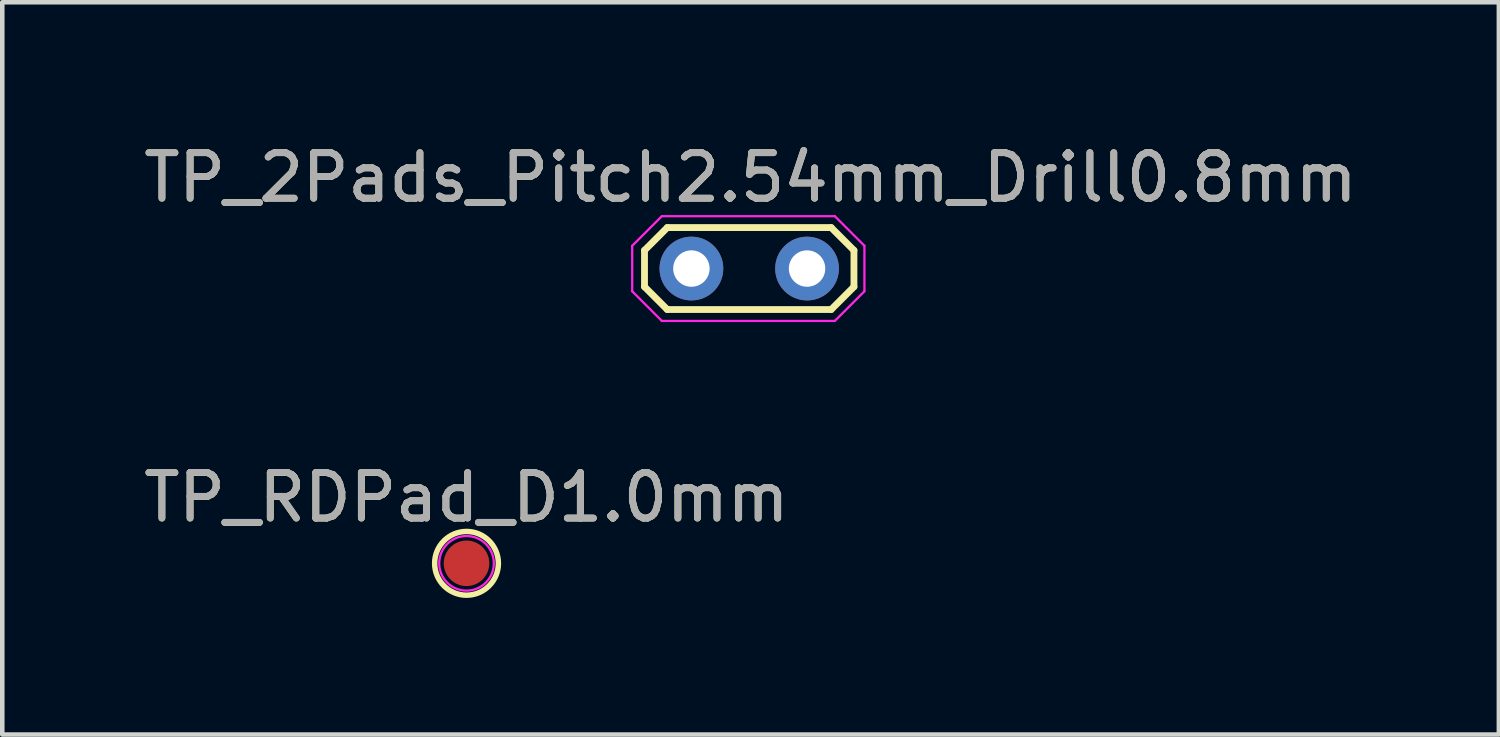
<source format=kicad_pcb>
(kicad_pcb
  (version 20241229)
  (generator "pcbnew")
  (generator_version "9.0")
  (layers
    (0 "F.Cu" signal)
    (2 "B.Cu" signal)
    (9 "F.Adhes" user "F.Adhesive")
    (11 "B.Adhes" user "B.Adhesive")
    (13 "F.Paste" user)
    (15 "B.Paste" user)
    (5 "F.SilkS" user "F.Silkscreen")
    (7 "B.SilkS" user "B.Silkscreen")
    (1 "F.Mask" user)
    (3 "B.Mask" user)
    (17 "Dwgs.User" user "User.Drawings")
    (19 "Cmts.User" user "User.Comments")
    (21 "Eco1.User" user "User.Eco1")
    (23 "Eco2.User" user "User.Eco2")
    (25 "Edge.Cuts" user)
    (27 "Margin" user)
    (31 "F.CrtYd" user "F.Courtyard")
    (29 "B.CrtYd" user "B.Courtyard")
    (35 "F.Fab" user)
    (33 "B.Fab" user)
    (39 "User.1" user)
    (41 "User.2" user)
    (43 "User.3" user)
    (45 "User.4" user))
  (footprint "TP_RDPad_D1.0mm"
    (layer "F.Cu")
    (at 7.196 9.322)
    (property "Reference" "TP_RDPad_D1.0mm" (at 0 -1.448 0) (layer "F.SilkS") (effects (font (size 1 1) (thickness 0.15))))
    (attr exclude_from_pos_files exclude_from_bom)
    (fp_circle (center 0 0) (end 0 0.7) (stroke (width 0.12) (type solid)) (fill no) (layer "F.SilkS"))
    (fp_circle (center 0 0) (end 0.6 0) (stroke (width 0.05) (type solid)) (fill no) (layer "F.CrtYd"))
    (fp_text user "${REFERENCE}" (at 0 -1.45 0) (layer "F.Fab") (effects (font (size 1 1) (thickness 0.15))))
    (pad "1" smd circle (at 0 0) (size 1 1) (layers "F.Cu" "F.Mask")))
  (footprint "TP_2Pads_Pitch2.54mm_Drill0.8mm"
    (layer "F.Cu")
    (at 12.135 2.848)
    (property "Reference" "TP_2Pads_Pitch2.54mm_Drill0.8mm" (at 1.3 -2 0) (layer "F.SilkS") (effects (font (size 1 1) (thickness 0.15))))
    (attr exclude_from_pos_files exclude_from_bom)
    (fp_line (start -1.03 -0.4) (end -0.53 -0.9) (stroke (width 0.15) (type solid)) (layer "F.SilkS"))
    (fp_line (start -1.03 0.4) (end -1.03 -0.4) (stroke (width 0.15) (type solid)) (layer "F.SilkS"))
    (fp_line (start -0.53 -0.9) (end 3.07 -0.9) (stroke (width 0.15) (type solid)) (layer "F.SilkS"))
    (fp_line (start -0.53 0.9) (end -1.03 0.4) (stroke (width 0.15) (type solid)) (layer "F.SilkS"))
    (fp_line (start 3.07 -0.9) (end 3.57 -0.4) (stroke (width 0.15) (type solid)) (layer "F.SilkS"))
    (fp_line (start 3.07 0.9) (end -0.53 0.9) (stroke (width 0.15) (type solid)) (layer "F.SilkS"))
    (fp_line (start 3.57 -0.4) (end 3.57 0.4) (stroke (width 0.15) (type solid)) (layer "F.SilkS"))
    (fp_line (start 3.57 0.4) (end 3.07 0.9) (stroke (width 0.15) (type solid)) (layer "F.SilkS"))
    (fp_line (start -1.3 -0.5) (end -1.3 0.5) (stroke (width 0.05) (type solid)) (layer "F.CrtYd"))
    (fp_line (start -1.3 0.5) (end -0.65 1.15) (stroke (width 0.05) (type solid)) (layer "F.CrtYd"))
    (fp_line (start -0.65 -1.15) (end -1.3 -0.5) (stroke (width 0.05) (type solid)) (layer "F.CrtYd"))
    (fp_line (start -0.65 1.15) (end 3.15 1.15) (stroke (width 0.05) (type solid)) (layer "F.CrtYd"))
    (fp_line (start 3.15 -1.15) (end -0.65 -1.15) (stroke (width 0.05) (type solid)) (layer "F.CrtYd"))
    (fp_line (start 3.15 1.15) (end 3.8 0.5) (stroke (width 0.05) (type solid)) (layer "F.CrtYd"))
    (fp_line (start 3.8 -0.5) (end 3.15 -1.15) (stroke (width 0.05) (type solid)) (layer "F.CrtYd"))
    (fp_line (start 3.8 0.5) (end 3.8 -0.5) (stroke (width 0.05) (type solid)) (layer "F.CrtYd"))
    (fp_text user "${REFERENCE}" (at 1.3 -2 0) (layer "F.Fab") (effects (font (size 1 1) (thickness 0.15))))
    (pad "1" thru_hole circle (at 0 0) (size 1.4 1.4) (drill 0.8) (layers "*.Cu" "*.Mask"))
    (pad "2" thru_hole circle (at 2.54 0) (size 1.4 1.4) (drill 0.8) (layers "*.Cu" "*.Mask")))
  (gr_rect
    (start -3 -3)
    (end 29.869 13.082)
    (stroke (width 0.1) (type default))
    (fill no)
    (layer "Edge.Cuts")))
</source>
